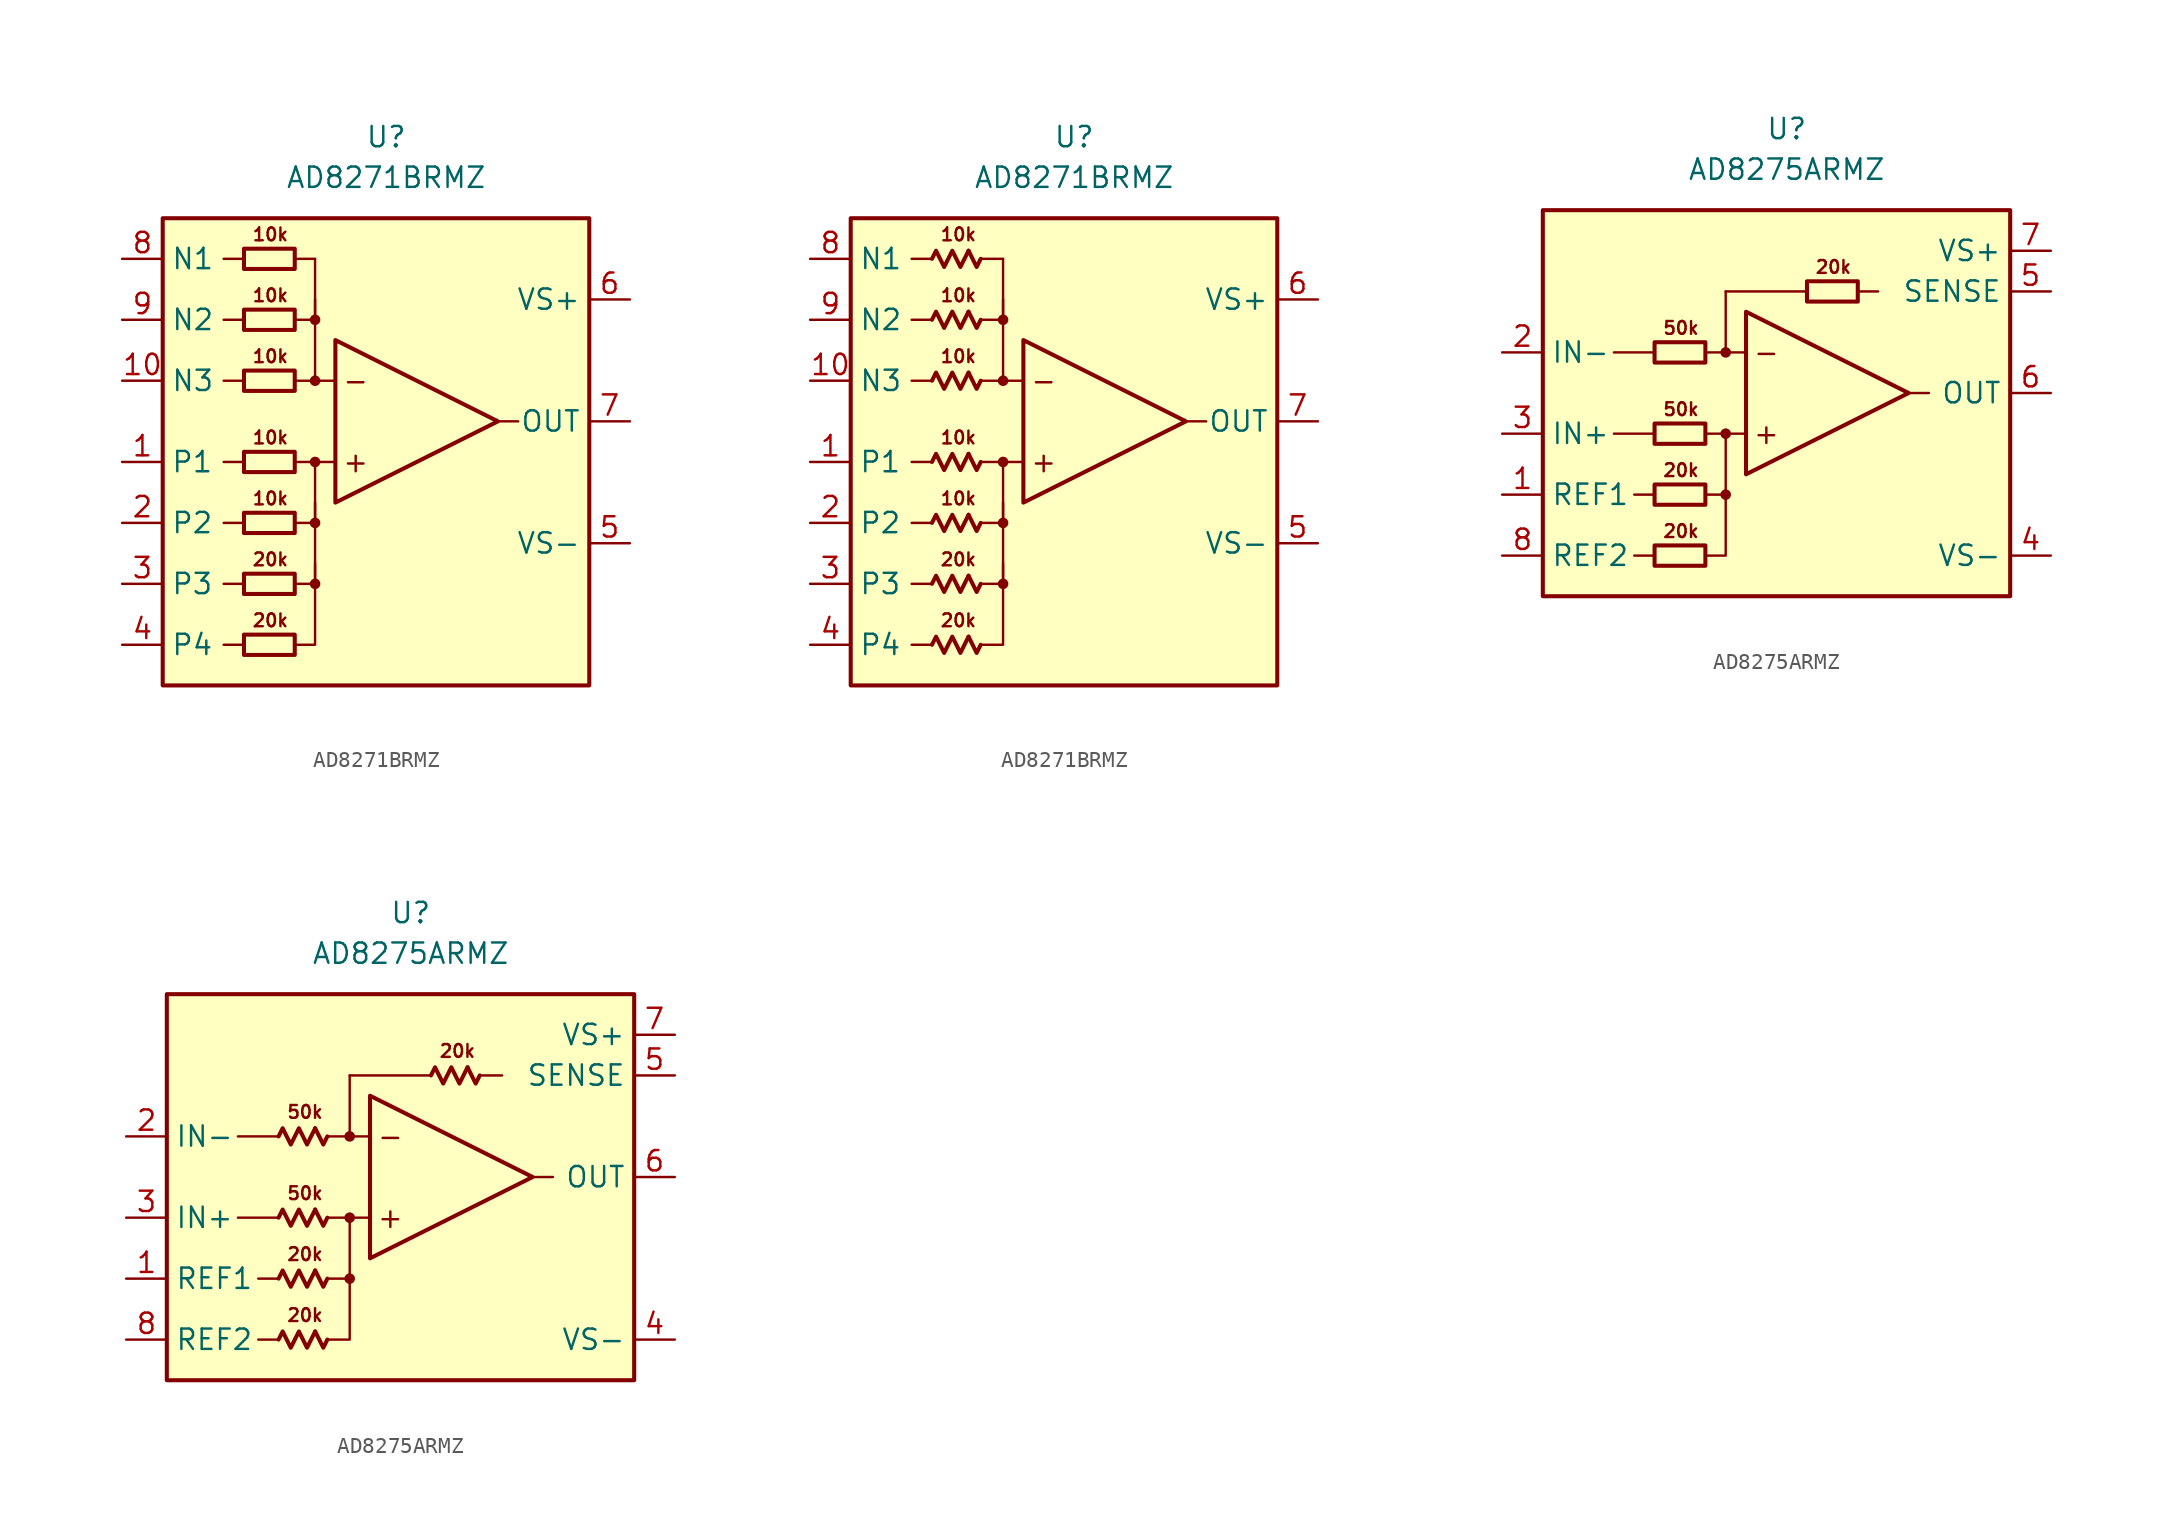
<source format=kicad_sym>
(kicad_symbol_lib
  (version 20231120)
  (generator "kicad_symbol_editor")
  (generator_version "8.0")
  (symbol "AD8271BRMZ"
    (property "Reference" "U"
      (at 0 19.05 0)
      (effects (font (size 1.27 1.27))))
    (property "Value" "AD8271BRMZ"
      (at 0 16.51 0)
      (effects (font (size 1.27 1.27))))
    (symbol "AD8271BRMZ_0_0"
      (rectangle (start -13.97 13.97) (end 12.7 -15.24) (stroke (width 0.254) (type default)) (fill (type background)))
      (circle (center -4.445 -8.89) (radius 0.254) (stroke (width 0.152) (type default)) (fill (type outline)))
      (circle (center -4.445 -5.08) (radius 0.254) (stroke (width 0.152) (type default)) (fill (type outline)))
      (circle (center -4.445 -1.27) (radius 0.254) (stroke (width 0.152) (type default)) (fill (type outline)))
      (circle (center -4.445 3.81) (radius 0.254) (stroke (width 0.152) (type default)) (fill (type outline)))
      (circle (center -4.445 7.62) (radius 0.254) (stroke (width 0.152) (type default)) (fill (type outline)))
      (polyline (pts (xy -8.89 -12.7) (xy -10.16 -12.7)) (stroke (width 0.152) (type default)) (fill (type none)))
      (polyline (pts (xy -8.89 -8.89) (xy -10.16 -8.89)) (stroke (width 0.152) (type default)) (fill (type none)))
      (polyline (pts (xy -8.89 -5.08) (xy -10.16 -5.08)) (stroke (width 0.152) (type default)) (fill (type none)))
      (polyline (pts (xy -8.89 -1.27) (xy -10.16 -1.27)) (stroke (width 0.152) (type default)) (fill (type none)))
      (polyline (pts (xy -8.89 3.81) (xy -10.16 3.81)) (stroke (width 0.152) (type default)) (fill (type none)))
      (polyline (pts (xy -8.89 7.62) (xy -10.16 7.62)) (stroke (width 0.152) (type default)) (fill (type none)))
      (polyline (pts (xy -8.89 11.43) (xy -10.16 11.43)) (stroke (width 0.152) (type default)) (fill (type none)))
      (polyline (pts (xy -4.445 3.81) (xy -4.445 8.89)) (stroke (width 0.152) (type default)) (fill (type none)))
      (polyline (pts (xy -4.445 11.43) (xy -5.715 11.43)) (stroke (width 0.152) (type default)) (fill (type none)))
      (polyline (pts (xy -3.175 -1.27) (xy -5.715 -1.27)) (stroke (width 0.152) (type default)) (fill (type none)))
      (polyline (pts (xy -3.175 3.81) (xy -5.715 3.81)) (stroke (width 0.152) (type default)) (fill (type none)))
      (polyline (pts (xy 6.985 1.27) (xy 8.255 1.27)) (stroke (width 0.152) (type default)) (fill (type none)))
      (polyline (pts (xy -5.715 -12.7) (xy -4.445 -12.7) (xy -4.445 -7.62)) (stroke (width 0.152) (type default)) (fill (type none)))
      (polyline (pts (xy -5.715 -8.89) (xy -4.445 -8.89) (xy -4.445 -3.81)) (stroke (width 0.152) (type default)) (fill (type none)))
      (polyline (pts (xy -5.715 -5.08) (xy -4.445 -5.08) (xy -4.445 -1.27)) (stroke (width 0.152) (type default)) (fill (type none)))
      (polyline (pts (xy -4.445 11.43) (xy -4.445 7.62) (xy -5.715 7.62)) (stroke (width 0.152) (type default)) (fill (type none)))
      (polyline (pts (xy -3.175 6.35) (xy -3.175 -3.81) (xy 6.985 1.27) (xy -3.175 6.35)) (stroke (width 0.254) (type default)) (fill (type none)))
      (text "+" (at -1.905 -1.27 0) (effects (font (size 1.27 1.27))))
      (text "-" (at -1.905 3.81 0) (effects (font (size 1.27 1.27))))
      (text "10k" (at -7.239 -3.556 0) (effects (font (size 0.8 0.8))))
      (text "10k" (at -7.239 0.254 0) (effects (font (size 0.8 0.8))))
      (text "10k" (at -7.239 5.334 0) (effects (font (size 0.8 0.8))))
      (text "10k" (at -7.239 9.144 0) (effects (font (size 0.8 0.8))))
      (text "10k" (at -7.239 12.954 0) (effects (font (size 0.8 0.8))))
      (text "20k" (at -7.239 -11.176 0) (effects (font (size 0.8 0.8))))
      (text "20k" (at -7.239 -7.366 0) (effects (font (size 0.8 0.8)))))
    (symbol "AD8271BRMZ_0_1"
      (rectangle (start -8.89 -12.065) (end -5.715 -13.335) (stroke (width 0.254) (type default)) (fill (type none)))
      (rectangle (start -8.89 -8.255) (end -5.715 -9.525) (stroke (width 0.254) (type default)) (fill (type none)))
      (rectangle (start -8.89 -4.445) (end -5.715 -5.715) (stroke (width 0.254) (type default)) (fill (type none)))
      (rectangle (start -8.89 -0.635) (end -5.715 -1.905) (stroke (width 0.254) (type default)) (fill (type none)))
      (rectangle (start -8.89 4.445) (end -5.715 3.175) (stroke (width 0.254) (type default)) (fill (type none)))
      (rectangle (start -8.89 8.255) (end -5.715 6.985) (stroke (width 0.254) (type default)) (fill (type none)))
      (rectangle (start -8.89 12.065) (end -5.715 10.795) (stroke (width 0.254) (type default)) (fill (type none))))
    (symbol "AD8271BRMZ_0_2"
      (polyline (pts (xy -6.604 -12.192) (xy -6.096 -13.208) (xy -5.842 -12.7)) (stroke (width 0.254) (type default)) (fill (type none)))
      (polyline (pts (xy -6.604 -8.382) (xy -6.096 -9.398) (xy -5.842 -8.89)) (stroke (width 0.254) (type default)) (fill (type none)))
      (polyline (pts (xy -6.604 -4.572) (xy -6.096 -5.588) (xy -5.842 -5.08)) (stroke (width 0.254) (type default)) (fill (type none)))
      (polyline (pts (xy -6.604 -0.762) (xy -6.096 -1.778) (xy -5.842 -1.27)) (stroke (width 0.254) (type default)) (fill (type none)))
      (polyline (pts (xy -6.604 4.318) (xy -6.096 3.302) (xy -5.842 3.81)) (stroke (width 0.254) (type default)) (fill (type none)))
      (polyline (pts (xy -6.604 8.128) (xy -6.096 7.112) (xy -5.842 7.62)) (stroke (width 0.254) (type default)) (fill (type none)))
      (polyline (pts (xy -6.604 11.938) (xy -6.096 10.922) (xy -5.842 11.43)) (stroke (width 0.254) (type default)) (fill (type none)))
      (polyline (pts (xy -8.89 -12.7) (xy -8.636 -12.192) (xy -8.128 -13.208) (xy -7.62 -12.192) (xy -7.112 -13.208) (xy -6.604 -12.192)) (stroke (width 0.254) (type default)) (fill (type none)))
      (polyline (pts (xy -8.89 -8.89) (xy -8.636 -8.382) (xy -8.128 -9.398) (xy -7.62 -8.382) (xy -7.112 -9.398) (xy -6.604 -8.382)) (stroke (width 0.254) (type default)) (fill (type none)))
      (polyline (pts (xy -8.89 -5.08) (xy -8.636 -4.572) (xy -8.128 -5.588) (xy -7.62 -4.572) (xy -7.112 -5.588) (xy -6.604 -4.572)) (stroke (width 0.254) (type default)) (fill (type none)))
      (polyline (pts (xy -8.89 -1.27) (xy -8.636 -0.762) (xy -8.128 -1.778) (xy -7.62 -0.762) (xy -7.112 -1.778) (xy -6.604 -0.762)) (stroke (width 0.254) (type default)) (fill (type none)))
      (polyline (pts (xy -8.89 3.81) (xy -8.636 4.318) (xy -8.128 3.302) (xy -7.62 4.318) (xy -7.112 3.302) (xy -6.604 4.318)) (stroke (width 0.254) (type default)) (fill (type none)))
      (polyline (pts (xy -8.89 7.62) (xy -8.636 8.128) (xy -8.128 7.112) (xy -7.62 8.128) (xy -7.112 7.112) (xy -6.604 8.128)) (stroke (width 0.254) (type default)) (fill (type none)))
      (polyline (pts (xy -8.89 11.43) (xy -8.636 11.938) (xy -8.128 10.922) (xy -7.62 11.938) (xy -7.112 10.922) (xy -6.604 11.938)) (stroke (width 0.254) (type default)) (fill (type none))))
    (symbol "AD8271BRMZ_1_1"
      (pin input line (at -16.51 -1.27 0) (length 2.54) (name "P1" (effects (font (size 1.27 1.27)))) (number "1" (effects (font (size 1.27 1.27)))))
      (pin input line (at -16.51 3.81 0) (length 2.54) (name "N3" (effects (font (size 1.27 1.27)))) (number "10" (effects (font (size 1.27 1.27)))))
      (pin input line (at -16.51 -5.08 0) (length 2.54) (name "P2" (effects (font (size 1.27 1.27)))) (number "2" (effects (font (size 1.27 1.27)))))
      (pin input line (at -16.51 -8.89 0) (length 2.54) (name "P3" (effects (font (size 1.27 1.27)))) (number "3" (effects (font (size 1.27 1.27)))))
      (pin input line (at -16.51 -12.7 0) (length 2.54) (name "P4" (effects (font (size 1.27 1.27)))) (number "4" (effects (font (size 1.27 1.27)))))
      (pin power_in line (at 15.24 -6.35 180) (length 2.54) (name "VS-" (effects (font (size 1.27 1.27)))) (number "5" (effects (font (size 1.27 1.27)))))
      (pin power_in line (at 15.24 8.89 180) (length 2.54) (name "VS+" (effects (font (size 1.27 1.27)))) (number "6" (effects (font (size 1.27 1.27)))))
      (pin output line (at 15.24 1.27 180) (length 2.54) (name "OUT" (effects (font (size 1.27 1.27)))) (number "7" (effects (font (size 1.27 1.27)))))
      (pin input line (at -16.51 11.43 0) (length 2.54) (name "N1" (effects (font (size 1.27 1.27)))) (number "8" (effects (font (size 1.27 1.27)))))
      (pin input line (at -16.51 7.62 0) (length 2.54) (name "N2" (effects (font (size 1.27 1.27)))) (number "9" (effects (font (size 1.27 1.27))))))
    (symbol "AD8271BRMZ_1_2"
      (pin input line (at -16.51 -1.27 0) (length 2.54) (name "P1" (effects (font (size 1.27 1.27)))) (number "1" (effects (font (size 1.27 1.27)))))
      (pin input line (at -16.51 3.81 0) (length 2.54) (name "N3" (effects (font (size 1.27 1.27)))) (number "10" (effects (font (size 1.27 1.27)))))
      (pin input line (at -16.51 -5.08 0) (length 2.54) (name "P2" (effects (font (size 1.27 1.27)))) (number "2" (effects (font (size 1.27 1.27)))))
      (pin input line (at -16.51 -8.89 0) (length 2.54) (name "P3" (effects (font (size 1.27 1.27)))) (number "3" (effects (font (size 1.27 1.27)))))
      (pin input line (at -16.51 -12.7 0) (length 2.54) (name "P4" (effects (font (size 1.27 1.27)))) (number "4" (effects (font (size 1.27 1.27)))))
      (pin power_in line (at 15.24 -6.35 180) (length 2.54) (name "VS-" (effects (font (size 1.27 1.27)))) (number "5" (effects (font (size 1.27 1.27)))))
      (pin power_in line (at 15.24 8.89 180) (length 2.54) (name "VS+" (effects (font (size 1.27 1.27)))) (number "6" (effects (font (size 1.27 1.27)))))
      (pin output line (at 15.24 1.27 180) (length 2.54) (name "OUT" (effects (font (size 1.27 1.27)))) (number "7" (effects (font (size 1.27 1.27)))))
      (pin input line (at -16.51 11.43 0) (length 2.54) (name "N1" (effects (font (size 1.27 1.27)))) (number "8" (effects (font (size 1.27 1.27)))))
      (pin input line (at -16.51 7.62 0) (length 2.54) (name "N2" (effects (font (size 1.27 1.27)))) (number "9" (effects (font (size 1.27 1.27)))))))
  (symbol "AD8275ARMZ"
    (property "Reference" "U"
      (at 0 16.51 0)
      (effects (font (size 1.27 1.27))))
    (property "Value" "AD8275ARMZ"
      (at 0 13.97 0)
      (effects (font (size 1.27 1.27))))
    (symbol "AD8275ARMZ_0_0"
      (rectangle (start -15.24 11.43) (end 13.97 -12.7) (stroke (width 0.254) (type default)) (fill (type background)))
      (circle (center -3.81 -6.35) (radius 0.254) (stroke (width 0.152) (type default)) (fill (type outline)))
      (circle (center -3.81 -2.54) (radius 0.254) (stroke (width 0.152) (type default)) (fill (type outline)))
      (circle (center -3.81 2.54) (radius 0.254) (stroke (width 0.152) (type default)) (fill (type outline)))
      (polyline (pts (xy -8.255 -10.16) (xy -9.525 -10.16)) (stroke (width 0.152) (type default)) (fill (type none)))
      (polyline (pts (xy -8.255 -6.35) (xy -9.525 -6.35)) (stroke (width 0.152) (type default)) (fill (type none)))
      (polyline (pts (xy -8.255 -2.54) (xy -10.795 -2.54)) (stroke (width 0.152) (type default)) (fill (type none)))
      (polyline (pts (xy -8.255 2.54) (xy -10.795 2.54)) (stroke (width 0.152) (type default)) (fill (type none)))
      (polyline (pts (xy -3.81 2.54) (xy -3.81 6.35)) (stroke (width 0.152) (type default)) (fill (type none)))
      (polyline (pts (xy -2.54 -2.54) (xy -5.08 -2.54)) (stroke (width 0.152) (type default)) (fill (type none)))
      (polyline (pts (xy -2.54 2.54) (xy -5.08 2.54)) (stroke (width 0.152) (type default)) (fill (type none)))
      (polyline (pts (xy 1.27 6.35) (xy -3.81 6.35)) (stroke (width 0.152) (type default)) (fill (type none)))
      (polyline (pts (xy 4.445 6.35) (xy 5.715 6.35)) (stroke (width 0.152) (type default)) (fill (type none)))
      (polyline (pts (xy 7.62 0) (xy 8.89 0)) (stroke (width 0.152) (type default)) (fill (type none)))
      (polyline (pts (xy -5.08 -10.16) (xy -3.81 -10.16) (xy -3.81 -6.35)) (stroke (width 0.152) (type default)) (fill (type none)))
      (polyline (pts (xy -5.08 -6.35) (xy -3.81 -6.35) (xy -3.81 -2.54)) (stroke (width 0.152) (type default)) (fill (type none)))
      (polyline (pts (xy -2.54 5.08) (xy -2.54 -5.08) (xy 7.62 0) (xy -2.54 5.08)) (stroke (width 0.254) (type default)) (fill (type none)))
      (text "+" (at -1.27 -2.54 0) (effects (font (size 1.27 1.27))))
      (text "-" (at -1.27 2.54 0) (effects (font (size 1.27 1.27))))
      (text "20k" (at -6.604 -8.636 0) (effects (font (size 0.8 0.8))))
      (text "20k" (at -6.604 -4.826 0) (effects (font (size 0.8 0.8))))
      (text "20k" (at 2.921 7.874 0) (effects (font (size 0.8 0.8))))
      (text "50k" (at -6.604 -1.016 0) (effects (font (size 0.8 0.8))))
      (text "50k" (at -6.604 4.064 0) (effects (font (size 0.8 0.8)))))
    (symbol "AD8275ARMZ_0_1"
      (rectangle (start -8.255 -9.525) (end -5.08 -10.795) (stroke (width 0.254) (type default)) (fill (type none)))
      (rectangle (start -8.255 -5.715) (end -5.08 -6.985) (stroke (width 0.254) (type default)) (fill (type none)))
      (rectangle (start -8.255 -1.905) (end -5.08 -3.175) (stroke (width 0.254) (type default)) (fill (type none)))
      (rectangle (start -8.255 3.175) (end -5.08 1.905) (stroke (width 0.254) (type default)) (fill (type none)))
      (rectangle (start 1.27 6.985) (end 4.445 5.715) (stroke (width 0.254) (type default)) (fill (type none))))
    (symbol "AD8275ARMZ_0_2"
      (polyline (pts (xy -5.969 -9.652) (xy -5.461 -10.668) (xy -5.207 -10.16)) (stroke (width 0.254) (type default)) (fill (type none)))
      (polyline (pts (xy -5.969 -5.842) (xy -5.461 -6.858) (xy -5.207 -6.35)) (stroke (width 0.254) (type default)) (fill (type none)))
      (polyline (pts (xy -5.969 -2.032) (xy -5.461 -3.048) (xy -5.207 -2.54)) (stroke (width 0.254) (type default)) (fill (type none)))
      (polyline (pts (xy -5.969 3.048) (xy -5.461 2.032) (xy -5.207 2.54)) (stroke (width 0.254) (type default)) (fill (type none)))
      (polyline (pts (xy 3.556 6.858) (xy 4.064 5.842) (xy 4.318 6.35)) (stroke (width 0.254) (type default)) (fill (type none)))
      (polyline (pts (xy -8.255 -10.16) (xy -8.001 -9.652) (xy -7.493 -10.668) (xy -6.985 -9.652) (xy -6.477 -10.668) (xy -5.969 -9.652)) (stroke (width 0.254) (type default)) (fill (type none)))
      (polyline (pts (xy -8.255 -6.35) (xy -8.001 -5.842) (xy -7.493 -6.858) (xy -6.985 -5.842) (xy -6.477 -6.858) (xy -5.969 -5.842)) (stroke (width 0.254) (type default)) (fill (type none)))
      (polyline (pts (xy -8.255 -2.54) (xy -8.001 -2.032) (xy -7.493 -3.048) (xy -6.985 -2.032) (xy -6.477 -3.048) (xy -5.969 -2.032)) (stroke (width 0.254) (type default)) (fill (type none)))
      (polyline (pts (xy -8.255 2.54) (xy -8.001 3.048) (xy -7.493 2.032) (xy -6.985 3.048) (xy -6.477 2.032) (xy -5.969 3.048)) (stroke (width 0.254) (type default)) (fill (type none)))
      (polyline (pts (xy 1.27 6.35) (xy 1.524 6.858) (xy 2.032 5.842) (xy 2.54 6.858) (xy 3.048 5.842) (xy 3.556 6.858)) (stroke (width 0.254) (type default)) (fill (type none))))
    (symbol "AD8275ARMZ_1_1"
      (pin input line (at -17.78 -6.35 0) (length 2.54) (name "REF1" (effects (font (size 1.27 1.27)))) (number "1" (effects (font (size 1.27 1.27)))))
      (pin input line (at -17.78 2.54 0) (length 2.54) (name "IN-" (effects (font (size 1.27 1.27)))) (number "2" (effects (font (size 1.27 1.27)))))
      (pin input line (at -17.78 -2.54 0) (length 2.54) (name "IN+" (effects (font (size 1.27 1.27)))) (number "3" (effects (font (size 1.27 1.27)))))
      (pin power_in line (at 16.51 -10.16 180) (length 2.54) (name "VS-" (effects (font (size 1.27 1.27)))) (number "4" (effects (font (size 1.27 1.27)))))
      (pin input line (at 16.51 6.35 180) (length 2.54) (name "SENSE" (effects (font (size 1.27 1.27)))) (number "5" (effects (font (size 1.27 1.27)))))
      (pin output line (at 16.51 0 180) (length 2.54) (name "OUT" (effects (font (size 1.27 1.27)))) (number "6" (effects (font (size 1.27 1.27)))))
      (pin power_in line (at 16.51 8.89 180) (length 2.54) (name "VS+" (effects (font (size 1.27 1.27)))) (number "7" (effects (font (size 1.27 1.27)))))
      (pin input line (at -17.78 -10.16 0) (length 2.54) (name "REF2" (effects (font (size 1.27 1.27)))) (number "8" (effects (font (size 1.27 1.27))))))
    (symbol "AD8275ARMZ_1_2"
      (pin input line (at -17.78 -6.35 0) (length 2.54) (name "REF1" (effects (font (size 1.27 1.27)))) (number "1" (effects (font (size 1.27 1.27)))))
      (pin input line (at -17.78 2.54 0) (length 2.54) (name "IN-" (effects (font (size 1.27 1.27)))) (number "2" (effects (font (size 1.27 1.27)))))
      (pin input line (at -17.78 -2.54 0) (length 2.54) (name "IN+" (effects (font (size 1.27 1.27)))) (number "3" (effects (font (size 1.27 1.27)))))
      (pin power_in line (at 16.51 -10.16 180) (length 2.54) (name "VS-" (effects (font (size 1.27 1.27)))) (number "4" (effects (font (size 1.27 1.27)))))
      (pin input line (at 16.51 6.35 180) (length 2.54) (name "SENSE" (effects (font (size 1.27 1.27)))) (number "5" (effects (font (size 1.27 1.27)))))
      (pin output line (at 16.51 0 180) (length 2.54) (name "OUT" (effects (font (size 1.27 1.27)))) (number "6" (effects (font (size 1.27 1.27)))))
      (pin power_in line (at 16.51 8.89 180) (length 2.54) (name "VS+" (effects (font (size 1.27 1.27)))) (number "7" (effects (font (size 1.27 1.27)))))
      (pin input line (at -17.78 -10.16 0) (length 2.54) (name "REF2" (effects (font (size 1.27 1.27)))) (number "8" (effects (font (size 1.27 1.27))))))))
</source>
